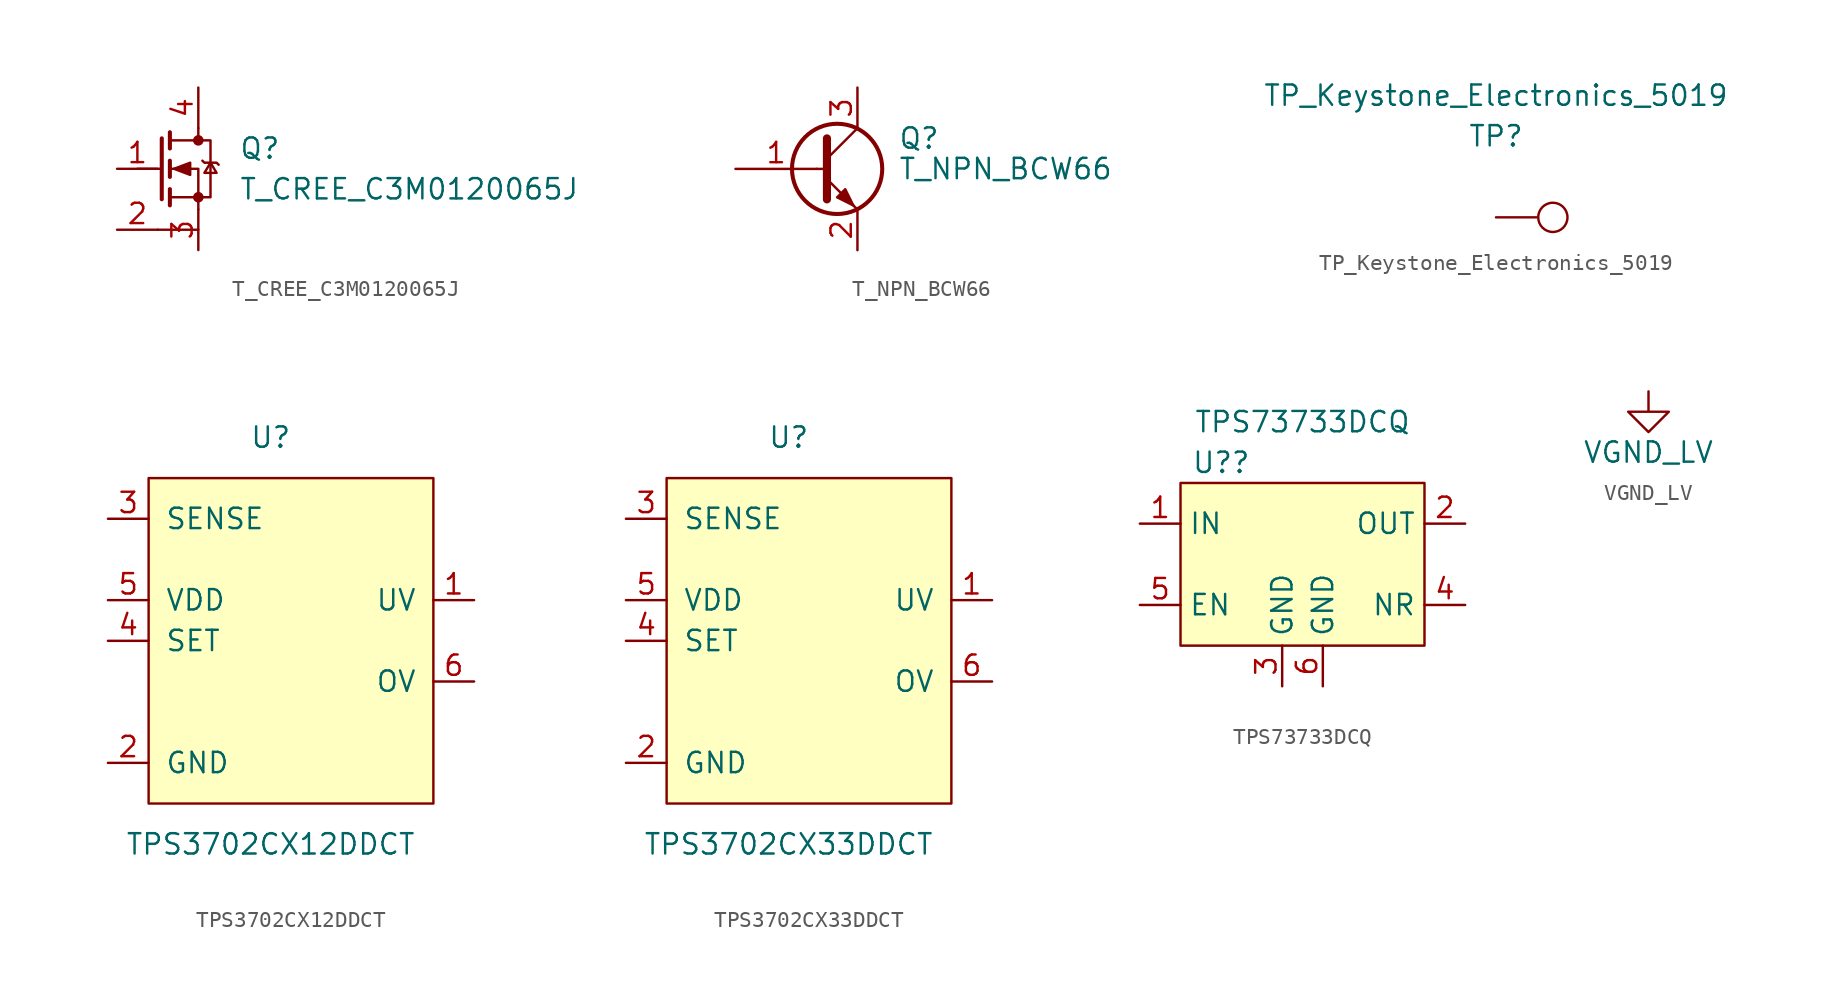
<source format=kicad_sym>
(kicad_symbol_lib
  (version 20211014)
  (generator kicad_symbol_editor)
  (symbol "T_CREE_C3M0120065J"
    (pin_names
      (offset 0) hide)
    (property "Reference" "Q"
      (at 5.08 1.27 0)
      (effects (font (size 1.27 1.27)) (justify left)))
    (property "Value" "T_CREE_C3M0120065J"
      (at 5.08 -1.27 0)
      (effects (font (size 1.27 1.27)) (justify left)))
    (symbol "T_CREE_C3M0120065J_0_1"
      (polyline (pts (xy 0 -3.81) (xy 2.54 -3.81)) (stroke (width 0) (type default) (color 0 0 0 0)) (fill (type none)))
      (polyline (pts (xy 0.254 0) (xy -1.27 0)) (stroke (width 0) (type default) (color 0 0 0 0)) (fill (type none)))
      (polyline (pts (xy 0.254 1.905) (xy 0.254 -1.905)) (stroke (width 0.254) (type default) (color 0 0 0 0)) (fill (type none)))
      (polyline (pts (xy 0.762 -1.27) (xy 0.762 -2.286)) (stroke (width 0.254) (type default) (color 0 0 0 0)) (fill (type none)))
      (polyline (pts (xy 0.762 0.508) (xy 0.762 -0.508)) (stroke (width 0.254) (type default) (color 0 0 0 0)) (fill (type none)))
      (polyline (pts (xy 0.762 2.286) (xy 0.762 1.27)) (stroke (width 0.254) (type default) (color 0 0 0 0)) (fill (type none)))
      (polyline (pts (xy 2.54 2.54) (xy 2.54 1.778)) (stroke (width 0) (type default) (color 0 0 0 0)) (fill (type none)))
      (polyline (pts (xy 2.54 -2.54) (xy 2.54 0) (xy 0.762 0)) (stroke (width 0) (type default) (color 0 0 0 0)) (fill (type none)))
      (polyline (pts (xy 0.762 -1.778) (xy 3.302 -1.778) (xy 3.302 1.778) (xy 0.762 1.778)) (stroke (width 0) (type default) (color 0 0 0 0)) (fill (type none)))
      (polyline (pts (xy 1.016 0) (xy 2.032 0.381) (xy 2.032 -0.381) (xy 1.016 0)) (stroke (width 0) (type default) (color 0 0 0 0)) (fill (type outline)))
      (polyline (pts (xy 2.794 0.508) (xy 2.921 0.381) (xy 3.683 0.381) (xy 3.81 0.254)) (stroke (width 0) (type default) (color 0 0 0 0)) (fill (type none)))
      (polyline (pts (xy 3.302 0.381) (xy 2.921 -0.254) (xy 3.683 -0.254) (xy 3.302 0.381)) (stroke (width 0) (type default) (color 0 0 0 0)) (fill (type none)))
      (circle (center 2.54 -1.778) (radius 0.254) (stroke (width 0) (type default) (color 0 0 0 0)) (fill (type outline)))
      (circle (center 2.54 1.778) (radius 0.254) (stroke (width 0) (type default) (color 0 0 0 0)) (fill (type outline))))
    (symbol "T_CREE_C3M0120065J_1_1"
      (pin input line (at -2.54 0 0) (length 2.54) (name "G" (effects (font (size 1.27 1.27)))) (number "1" (effects (font (size 1.27 1.27)))))
      (pin passive line (at -2.54 -3.81 0) (length 2.54) (name "KS" (effects (font (size 1.27 1.27)))) (number "2" (effects (font (size 1.27 1.27)))))
      (pin passive line (at 2.54 -5.08 90) (length 2.54) (name "S" (effects (font (size 1.27 1.27)))) (number "3" (effects (font (size 1.27 1.27)))))
      (pin passive line (at 2.54 5.08 270) (length 2.54) (name "D" (effects (font (size 1.27 1.27)))) (number "4" (effects (font (size 1.27 1.27)))))))
  (symbol "T_NPN_BCW66"
    (pin_names
      (offset 0) hide)
    (property "Reference" "Q"
      (at 5.08 1.905 0)
      (effects (font (size 1.27 1.27)) (justify left)))
    (property "Value" "T_NPN_BCW66"
      (at 5.08 0 0)
      (effects (font (size 1.27 1.27)) (justify left)))
    (symbol "T_NPN_BCW66_0_1"
      (polyline (pts (xy 0 0) (xy 0.635 0)) (stroke (width 0) (type default) (color 0 0 0 0)) (fill (type none)))
      (polyline (pts (xy 0.635 0.635) (xy 2.54 2.54)) (stroke (width 0) (type default) (color 0 0 0 0)) (fill (type none)))
      (polyline (pts (xy 0.635 -0.635) (xy 2.54 -2.54) (xy 2.54 -2.54)) (stroke (width 0) (type default) (color 0 0 0 0)) (fill (type none)))
      (polyline (pts (xy 0.635 1.905) (xy 0.635 -1.905) (xy 0.635 -1.905)) (stroke (width 0.508) (type default) (color 0 0 0 0)) (fill (type none)))
      (polyline (pts (xy 1.27 -1.778) (xy 1.778 -1.27) (xy 2.286 -2.286) (xy 1.27 -1.778) (xy 1.27 -1.778)) (stroke (width 0) (type default) (color 0 0 0 0)) (fill (type outline)))
      (circle (center 1.27 0) (radius 2.819) (stroke (width 0.254) (type default) (color 0 0 0 0)) (fill (type none))))
    (symbol "T_NPN_BCW66_1_1"
      (pin input line (at -5.08 0 0) (length 5.08) (name "B" (effects (font (size 1.27 1.27)))) (number "1" (effects (font (size 1.27 1.27)))))
      (pin passive line (at 2.54 -5.08 90) (length 2.54) (name "E" (effects (font (size 1.27 1.27)))) (number "2" (effects (font (size 1.27 1.27)))))
      (pin passive line (at 2.54 5.08 270) (length 2.54) (name "C" (effects (font (size 1.27 1.27)))) (number "3" (effects (font (size 1.27 1.27)))))))
  (symbol "TP_Keystone_Electronics_5019"
    (pin_numbers hide)
    (pin_names
      (offset 1.016) hide)
    (property "Reference" "TP"
      (at 0 5.08 0)
      (effects (font (size 1.27 1.27))))
    (property "Value" "TP_Keystone_Electronics_5019"
      (at 0 7.62 0)
      (effects (font (size 1.27 1.27))))
    (symbol "TP_Keystone_Electronics_5019_1_1"
      (circle (center 3.556 0) (radius 0.914) (stroke (width 0) (type default) (color 0 0 0 0)) (fill (type none)))
      (pin passive line (at 0 0 0) (length 2.54) (name "TP" (effects (font (size 1.27 1.27)))) (number "1" (effects (font (size 1.27 1.27)))))))
  (symbol "TPS3702CX12DDCT"
    (pin_names
      (offset 1.016))
    (property "Reference" "U"
      (at 0 2.54 0)
      (effects (font (size 1.27 1.27))))
    (property "Value" "TPS3702CX12DDCT"
      (at 0 -22.86 0)
      (effects (font (size 1.27 1.27))))
    (symbol "TPS3702CX12DDCT_0_1"
      (rectangle (start -7.62 0) (end 10.16 -20.32) (stroke (width 0) (type default) (color 0 0 0 0)) (fill (type background))))
    (symbol "TPS3702CX12DDCT_1_1"
      (pin passive line (at 12.7 -7.62 180) (length 2.54) (name "UV" (effects (font (size 1.27 1.27)))) (number "1" (effects (font (size 1.27 1.27)))))
      (pin power_in line (at -10.16 -17.78 0) (length 2.54) (name "GND" (effects (font (size 1.27 1.27)))) (number "2" (effects (font (size 1.27 1.27)))))
      (pin input line (at -10.16 -2.54 0) (length 2.54) (name "SENSE" (effects (font (size 1.27 1.27)))) (number "3" (effects (font (size 1.27 1.27)))))
      (pin input line (at -10.16 -10.16 0) (length 2.54) (name "SET" (effects (font (size 1.27 1.27)))) (number "4" (effects (font (size 1.27 1.27)))))
      (pin power_in line (at -10.16 -7.62 0) (length 2.54) (name "VDD" (effects (font (size 1.27 1.27)))) (number "5" (effects (font (size 1.27 1.27)))))
      (pin passive line (at 12.7 -12.7 180) (length 2.54) (name "OV" (effects (font (size 1.27 1.27)))) (number "6" (effects (font (size 1.27 1.27)))))))
  (symbol "TPS3702CX33DDCT"
    (pin_names
      (offset 1.016))
    (property "Reference" "U"
      (at 0 2.54 0)
      (effects (font (size 1.27 1.27))))
    (property "Value" "TPS3702CX33DDCT"
      (at 0 -22.86 0)
      (effects (font (size 1.27 1.27))))
    (symbol "TPS3702CX33DDCT_0_1"
      (rectangle (start -7.62 0) (end 10.16 -20.32) (stroke (width 0) (type default) (color 0 0 0 0)) (fill (type background))))
    (symbol "TPS3702CX33DDCT_1_1"
      (pin output line (at 12.7 -7.62 180) (length 2.54) (name "UV" (effects (font (size 1.27 1.27)))) (number "1" (effects (font (size 1.27 1.27)))))
      (pin power_in line (at -10.16 -17.78 0) (length 2.54) (name "GND" (effects (font (size 1.27 1.27)))) (number "2" (effects (font (size 1.27 1.27)))))
      (pin input line (at -10.16 -2.54 0) (length 2.54) (name "SENSE" (effects (font (size 1.27 1.27)))) (number "3" (effects (font (size 1.27 1.27)))))
      (pin input line (at -10.16 -10.16 0) (length 2.54) (name "SET" (effects (font (size 1.27 1.27)))) (number "4" (effects (font (size 1.27 1.27)))))
      (pin power_in line (at -10.16 -7.62 0) (length 2.54) (name "VDD" (effects (font (size 1.27 1.27)))) (number "5" (effects (font (size 1.27 1.27)))))
      (pin output line (at 12.7 -12.7 180) (length 2.54) (name "OV" (effects (font (size 1.27 1.27)))) (number "6" (effects (font (size 1.27 1.27)))))))
  (symbol "TPS73733DCQ"
    (property "Reference" "U?"
      (at -5.08 6.35 0)
      (effects (font (size 1.27 1.27))))
    (property "Value" "TPS73733DCQ"
      (at 0 8.89 0)
      (effects (font (size 1.27 1.27))))
    (symbol "TPS73733DCQ_0_0"
      (rectangle (start -7.62 5.08) (end 7.62 -5.08) (stroke (width 0) (type default) (color 0 0 0 0)) (fill (type background))))
    (symbol "TPS73733DCQ_1_1"
      (pin power_in line (at -10.16 2.54 0) (length 2.54) (name "IN" (effects (font (size 1.27 1.27)))) (number "1" (effects (font (size 1.27 1.27)))))
      (pin power_out line (at 10.16 2.54 180) (length 2.54) (name "OUT" (effects (font (size 1.27 1.27)))) (number "2" (effects (font (size 1.27 1.27)))))
      (pin power_in line (at -1.27 -7.62 90) (length 2.54) (name "GND" (effects (font (size 1.27 1.27)))) (number "3" (effects (font (size 1.27 1.27)))))
      (pin output line (at 10.16 -2.54 180) (length 2.54) (name "NR" (effects (font (size 1.27 1.27)))) (number "4" (effects (font (size 1.27 1.27)))))
      (pin input line (at -10.16 -2.54 0) (length 2.54) (name "EN" (effects (font (size 1.27 1.27)))) (number "5" (effects (font (size 1.27 1.27)))))
      (pin power_in line (at 1.27 -7.62 90) (length 2.54) (name "GND" (effects (font (size 1.27 1.27)))) (number "6" (effects (font (size 1.27 1.27)))))))
  (symbol "VGND_LV"
    (power)
    (pin_numbers hide)
    (pin_names
      (offset 0))
    (property "Reference" "#PWR"
      (at 2.54 -2.54 90)
      (effects (font (size 1.27 1.27)) hide))
    (property "Value" "VGND_LV"
      (at 0 -3.81 0)
      (effects (font (size 1.27 1.27))))
    (symbol "VGND_LV_1_1"
      (polyline (pts (xy 0 0) (xy 0 -1.27) (xy 1.27 -1.27) (xy 0 -2.54) (xy -1.27 -1.27) (xy 0 -1.27)) (stroke (width 0) (type default) (color 0 0 0 0)) (fill (type none)))
      (pin power_in line (at 0 0 90) (length 0) hide (name "VGND_LV" (effects (font (size 1.27 1.27)))) (number "1" (effects (font (size 1.27 1.27))))))))
</source>
